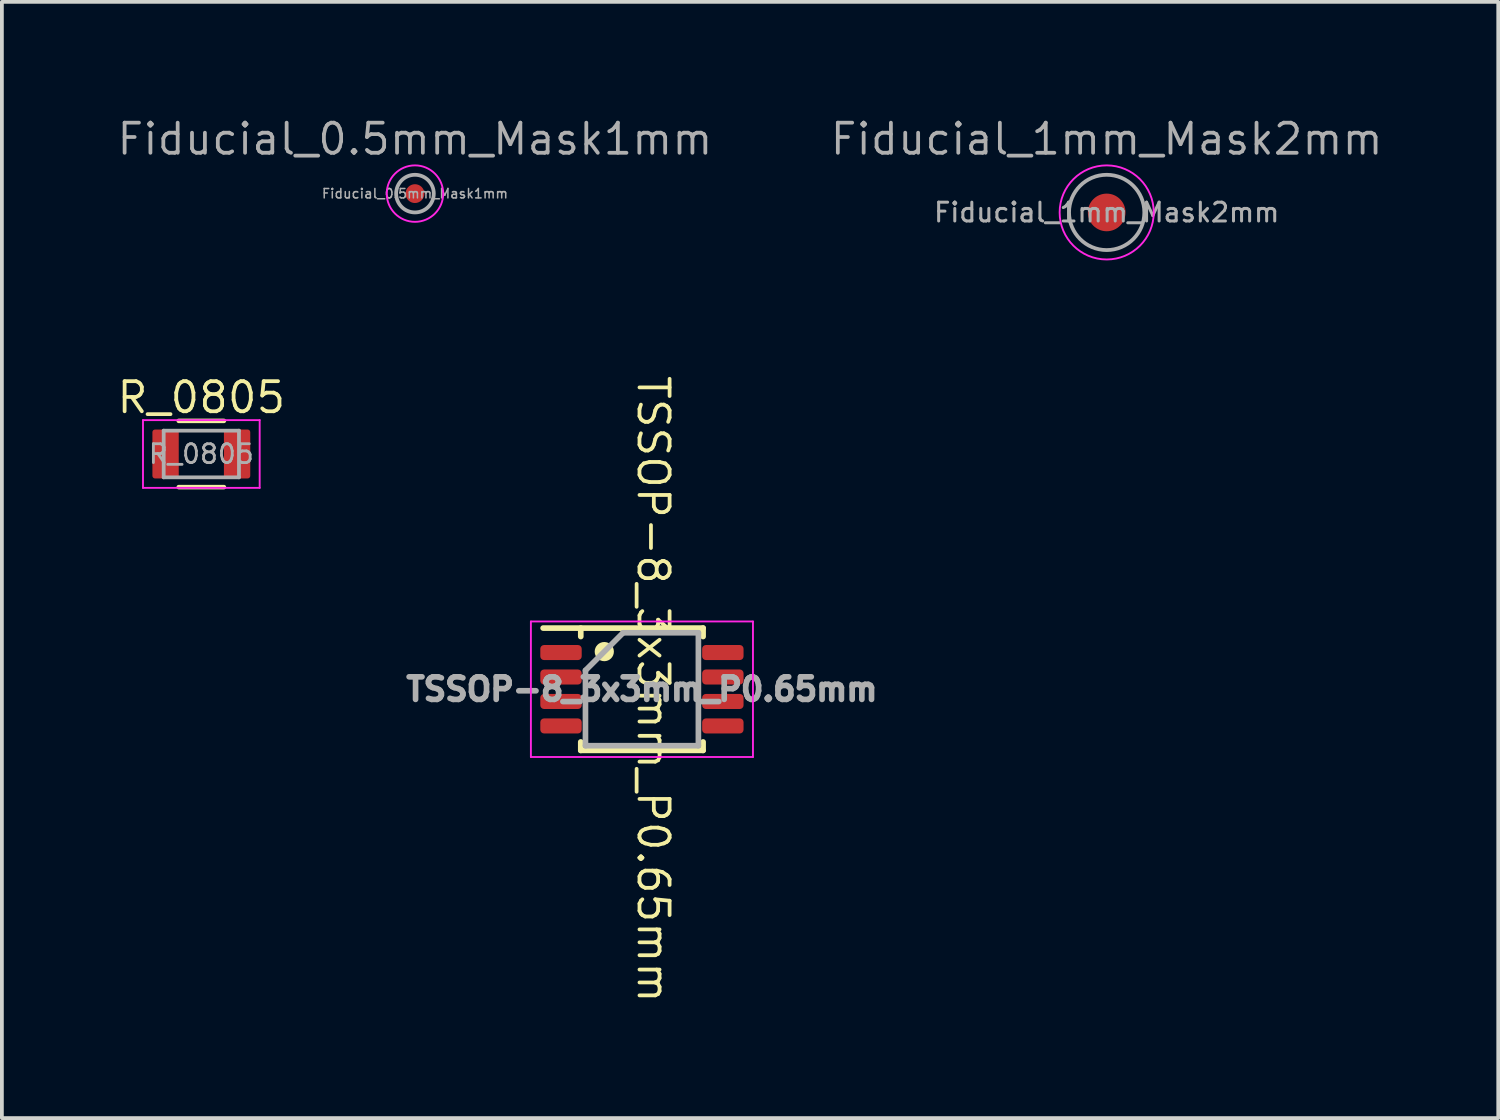
<source format=kicad_pcb>
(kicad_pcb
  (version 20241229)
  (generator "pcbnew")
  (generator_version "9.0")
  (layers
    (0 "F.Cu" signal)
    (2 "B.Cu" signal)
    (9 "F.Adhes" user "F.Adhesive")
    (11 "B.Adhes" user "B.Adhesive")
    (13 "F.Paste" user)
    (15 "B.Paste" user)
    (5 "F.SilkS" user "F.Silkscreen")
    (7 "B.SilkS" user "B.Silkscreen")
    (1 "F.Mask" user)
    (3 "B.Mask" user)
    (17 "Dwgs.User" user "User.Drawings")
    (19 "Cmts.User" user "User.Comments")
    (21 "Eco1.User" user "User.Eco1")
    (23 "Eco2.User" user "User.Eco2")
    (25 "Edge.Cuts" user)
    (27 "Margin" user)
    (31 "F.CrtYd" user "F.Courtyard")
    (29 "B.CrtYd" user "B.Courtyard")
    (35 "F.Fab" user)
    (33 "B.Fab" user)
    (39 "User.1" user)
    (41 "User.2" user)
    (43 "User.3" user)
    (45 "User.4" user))
  (footprint "Fiducial_0.5mm_Mask1mm"
    (layer "F.Cu")
    (at 7.975 2.094)
    (property "Reference" "Fiducial_0.5mm_Mask1mm" (at 0 -1.45 0) (layer "F.Fab") (effects (font (size 0.8 0.8) (thickness 0.1))))
    (attr smd exclude_from_bom)
    (fp_circle (center 0 0) (end 0.75 0) (stroke (width 0.05) (type solid)) (fill no) (layer "F.CrtYd"))
    (fp_circle (center 0 0) (end 0.5 0) (stroke (width 0.1) (type solid)) (fill no) (layer "F.Fab"))
    (fp_text user "${REFERENCE}" (at 0 0 0) (layer "F.Fab") (effects (font (size 0.25 0.25) (thickness 0.04))))
    (pad "" smd circle (at 0 0) (size 0.5 0.5) (layers "F.Cu" "F.Mask")))
  (footprint "Fiducial_1mm_Mask2mm"
    (layer "F.Cu")
    (at 26.353 2.594)
    (property "Reference" "Fiducial_1mm_Mask2mm" (at 0 -1.95 0) (unlocked yes) (layer "F.Fab") (effects (font (size 0.8 0.8) (thickness 0.1))))
    (attr smd exclude_from_bom)
    (fp_circle (center 0 0) (end 1.25 0) (stroke (width 0.05) (type solid)) (fill no) (layer "F.CrtYd"))
    (fp_circle (center 0 0) (end 1 0) (stroke (width 0.1) (type solid)) (fill no) (layer "F.Fab"))
    (fp_text user "${REFERENCE}" (at 0 0 0) (unlocked yes) (layer "F.Fab") (effects (font (size 0.5 0.5) (thickness 0.08))))
    (pad "" smd circle (at 0 0) (size 1 1) (layers "F.Cu" "F.Mask")))
  (footprint "TSSOP-8_3x3mm_P0.65mm"
    (layer "F.Cu")
    (at 14.005 15.262)
    (property "Reference" "TSSOP-8_3x3mm_P0.65mm" (at 0.3 0 270) (unlocked yes) (layer "F.SilkS") (effects (font (size 0.8 0.8) (thickness 0.1))))
    (attr smd)
    (fp_line (start -2.625 -1.625) (end 1.625 -1.625) (stroke (width 0.15) (type solid)) (layer "F.SilkS"))
    (fp_line (start -1.625 -1.625) (end -1.625 -1.4) (stroke (width 0.15) (type solid)) (layer "F.SilkS"))
    (fp_line (start -1.625 1.625) (end -1.625 1.4) (stroke (width 0.15) (type solid)) (layer "F.SilkS"))
    (fp_line (start -1.625 1.625) (end 1.625 1.625) (stroke (width 0.15) (type solid)) (layer "F.SilkS"))
    (fp_line (start 1.625 -1.625) (end 1.625 -1.4) (stroke (width 0.15) (type solid)) (layer "F.SilkS"))
    (fp_line (start 1.625 1.625) (end 1.625 1.4) (stroke (width 0.15) (type solid)) (layer "F.SilkS"))
    (fp_circle (center -1 -1) (end -0.75 -1) (stroke (width 0.01) (type solid)) (fill yes) (layer "F.SilkS"))
    (fp_line (start -2.95 -1.8) (end -2.95 1.8) (stroke (width 0.05) (type solid)) (layer "F.CrtYd"))
    (fp_line (start -2.95 -1.8) (end 2.95 -1.8) (stroke (width 0.05) (type solid)) (layer "F.CrtYd"))
    (fp_line (start -2.95 1.8) (end 2.95 1.8) (stroke (width 0.05) (type solid)) (layer "F.CrtYd"))
    (fp_line (start 2.95 -1.8) (end 2.95 1.8) (stroke (width 0.05) (type solid)) (layer "F.CrtYd"))
    (fp_line (start -1.5 -0.5) (end -0.5 -1.5) (stroke (width 0.15) (type solid)) (layer "F.Fab"))
    (fp_line (start -1.5 1.5) (end -1.5 -0.5) (stroke (width 0.15) (type solid)) (layer "F.Fab"))
    (fp_line (start -0.5 -1.5) (end 1.5 -1.5) (stroke (width 0.15) (type solid)) (layer "F.Fab"))
    (fp_line (start 1.5 -1.5) (end 1.5 1.5) (stroke (width 0.15) (type solid)) (layer "F.Fab"))
    (fp_line (start 1.5 1.5) (end -1.5 1.5) (stroke (width 0.15) (type solid)) (layer "F.Fab"))
    (fp_text user "${REFERENCE}" (at 0 0 0) (layer "F.Fab") (effects (font (size 0.6 0.6) (thickness 0.15))))
    (pad "1" smd roundrect (at -2.15 -0.975) (size 1.1 0.4) (layers "F.Cu" "F.Mask" "F.Paste") (roundrect_rratio 0.25))
    (pad "2" smd roundrect (at -2.15 -0.325) (size 1.1 0.4) (layers "F.Cu" "F.Mask" "F.Paste") (roundrect_rratio 0.25))
    (pad "3" smd roundrect (at -2.15 0.325) (size 1.1 0.4) (layers "F.Cu" "F.Mask" "F.Paste") (roundrect_rratio 0.25))
    (pad "4" smd roundrect (at -2.15 0.975) (size 1.1 0.4) (layers "F.Cu" "F.Mask" "F.Paste") (roundrect_rratio 0.25))
    (pad "5" smd roundrect (at 2.15 0.975) (size 1.1 0.4) (layers "F.Cu" "F.Mask" "F.Paste") (roundrect_rratio 0.25))
    (pad "6" smd roundrect (at 2.15 0.325) (size 1.1 0.4) (layers "F.Cu" "F.Mask" "F.Paste") (roundrect_rratio 0.25))
    (pad "7" smd roundrect (at 2.15 -0.325) (size 1.1 0.4) (layers "F.Cu" "F.Mask" "F.Paste") (roundrect_rratio 0.25))
    (pad "8" smd roundrect (at 2.15 -0.975) (size 1.1 0.4) (layers "F.Cu" "F.Mask" "F.Paste") (roundrect_rratio 0.25)))
  (footprint "R_0805"
    (layer "F.Cu")
    (at 2.299 9.012)
    (property "Reference" "R_0805" (at 0 -1.5 0) (unlocked yes) (layer "F.SilkS") (effects (font (size 0.8 0.8) (thickness 0.1))))
    (attr smd)
    (fp_line (start -0.6 -0.88) (end 0.6 -0.88) (stroke (width 0.12) (type solid)) (layer "F.SilkS"))
    (fp_line (start 0.6 0.88) (end -0.6 0.88) (stroke (width 0.12) (type solid)) (layer "F.SilkS"))
    (fp_line (start -1.55 -0.9) (end -1.55 0.9) (stroke (width 0.05) (type solid)) (layer "F.CrtYd"))
    (fp_line (start -1.55 -0.9) (end 1.55 -0.9) (stroke (width 0.05) (type solid)) (layer "F.CrtYd"))
    (fp_line (start 1.55 0.9) (end -1.55 0.9) (stroke (width 0.05) (type solid)) (layer "F.CrtYd"))
    (fp_line (start 1.55 0.9) (end 1.55 -0.9) (stroke (width 0.05) (type solid)) (layer "F.CrtYd"))
    (fp_line (start -1 -0.62) (end 1 -0.62) (stroke (width 0.1) (type solid)) (layer "F.Fab"))
    (fp_line (start -1 0.62) (end -1 -0.62) (stroke (width 0.1) (type solid)) (layer "F.Fab"))
    (fp_line (start 1 -0.62) (end 1 0.62) (stroke (width 0.1) (type solid)) (layer "F.Fab"))
    (fp_line (start 1 0.62) (end -1 0.62) (stroke (width 0.1) (type solid)) (layer "F.Fab"))
    (fp_text user "${REFERENCE}" (at 0 0 0) (layer "F.Fab") (effects (font (size 0.5 0.5) (thickness 0.075))))
    (pad "1" smd roundrect (at -0.95 0) (size 0.7 1.3) (layers "F.Cu" "F.Mask" "F.Paste") (roundrect_rratio 0.1))
    (pad "2" smd roundrect (at 0.95 0) (size 0.7 1.3) (layers "F.Cu" "F.Mask" "F.Paste") (roundrect_rratio 0.1)))
  (gr_rect
    (start -3 -3)
    (end 36.756 26.656)
    (stroke (width 0.1) (type default))
    (fill no)
    (layer "Edge.Cuts")))
</source>
